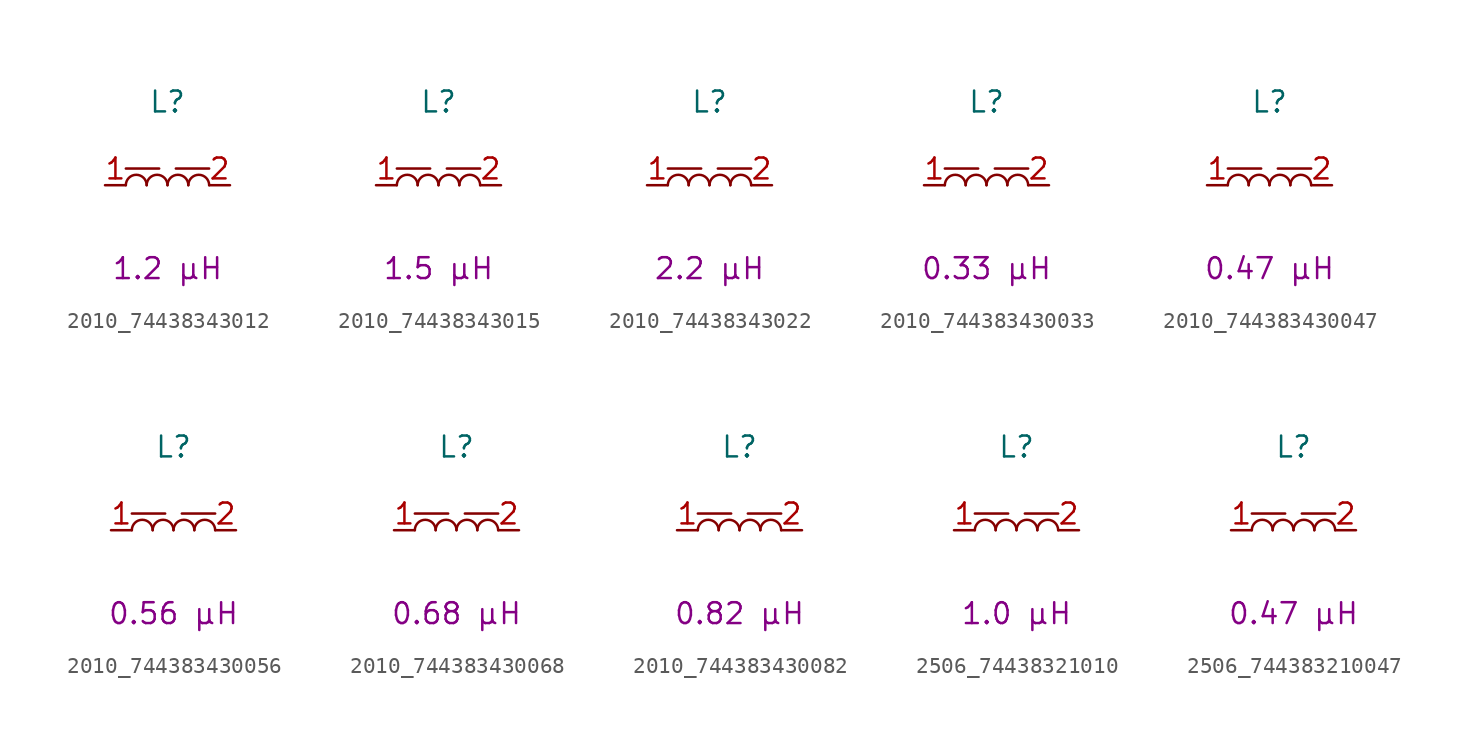
<source format=kicad_sym>
(kicad_symbol_lib
  (version 20241209)
  (generator "kicad_symbol_editor")
  (generator_version "9.0")
  (symbol "2010_74438343012"
    (pin_names
      (hide yes))
    (property "Reference" "L"
      (at 0 5.08 0)
      (effects (font (size 1.27 1.27))))
    (property "Critical Parameter" "1.2 µH"
      (at 0 -5.08 0)
      (effects (font (size 1.27 1.27))))
    (symbol "2010_74438343012_0_1"
      (polyline (pts (xy -2.54 1.016) (xy -0.508 1.016)) (stroke (width 0) (type default)) (fill (type none)))
      (arc (start -2.54 0) (mid -1.905 0.6323) (end -1.27 0) (stroke (width 0) (type default)) (fill (type none)))
      (arc (start -1.27 0) (mid -0.635 0.6323) (end 0 0) (stroke (width 0) (type default)) (fill (type none)))
      (arc (start 0 0) (mid 0.635 0.6323) (end 1.27 0) (stroke (width 0) (type default)) (fill (type none)))
      (arc (start 1.27 0) (mid 1.905 0.6323) (end 2.54 0) (stroke (width 0) (type default)) (fill (type none))))
    (symbol "2010_74438343012_1_1"
      (polyline (pts (xy 2.54 1.016) (xy 0.508 1.016)) (stroke (width 0) (type default)) (fill (type none)))
      (pin passive line (at -3.81 0 0) (length 1.27) (name "1" (effects (font (size 1.27 1.27)))) (number "1" (effects (font (size 1.27 1.27)))))
      (pin passive line (at 3.81 0 180) (length 1.27) (name "2" (effects (font (size 1.27 1.27)))) (number "2" (effects (font (size 1.27 1.27)))))))
  (symbol "2010_74438343015"
    (pin_names
      (hide yes))
    (property "Reference" "L"
      (at 0 5.08 0)
      (effects (font (size 1.27 1.27))))
    (property "Critical Parameter" "1.5 µH"
      (at 0 -5.08 0)
      (effects (font (size 1.27 1.27))))
    (symbol "2010_74438343015_0_1"
      (polyline (pts (xy -2.54 1.016) (xy -0.508 1.016)) (stroke (width 0) (type default)) (fill (type none)))
      (arc (start -2.54 0) (mid -1.905 0.6323) (end -1.27 0) (stroke (width 0) (type default)) (fill (type none)))
      (arc (start -1.27 0) (mid -0.635 0.6323) (end 0 0) (stroke (width 0) (type default)) (fill (type none)))
      (arc (start 0 0) (mid 0.635 0.6323) (end 1.27 0) (stroke (width 0) (type default)) (fill (type none)))
      (arc (start 1.27 0) (mid 1.905 0.6323) (end 2.54 0) (stroke (width 0) (type default)) (fill (type none))))
    (symbol "2010_74438343015_1_1"
      (polyline (pts (xy 2.54 1.016) (xy 0.508 1.016)) (stroke (width 0) (type default)) (fill (type none)))
      (pin passive line (at -3.81 0 0) (length 1.27) (name "1" (effects (font (size 1.27 1.27)))) (number "1" (effects (font (size 1.27 1.27)))))
      (pin passive line (at 3.81 0 180) (length 1.27) (name "2" (effects (font (size 1.27 1.27)))) (number "2" (effects (font (size 1.27 1.27)))))))
  (symbol "2010_74438343022"
    (pin_names
      (hide yes))
    (property "Reference" "L"
      (at 0 5.08 0)
      (effects (font (size 1.27 1.27))))
    (property "Critical Parameter" "2.2 µH"
      (at 0 -5.08 0)
      (effects (font (size 1.27 1.27))))
    (symbol "2010_74438343022_0_1"
      (polyline (pts (xy -2.54 1.016) (xy -0.508 1.016)) (stroke (width 0) (type default)) (fill (type none)))
      (arc (start -2.54 0) (mid -1.905 0.6323) (end -1.27 0) (stroke (width 0) (type default)) (fill (type none)))
      (arc (start -1.27 0) (mid -0.635 0.6323) (end 0 0) (stroke (width 0) (type default)) (fill (type none)))
      (arc (start 0 0) (mid 0.635 0.6323) (end 1.27 0) (stroke (width 0) (type default)) (fill (type none)))
      (arc (start 1.27 0) (mid 1.905 0.6323) (end 2.54 0) (stroke (width 0) (type default)) (fill (type none))))
    (symbol "2010_74438343022_1_1"
      (polyline (pts (xy 2.54 1.016) (xy 0.508 1.016)) (stroke (width 0) (type default)) (fill (type none)))
      (pin passive line (at -3.81 0 0) (length 1.27) (name "1" (effects (font (size 1.27 1.27)))) (number "1" (effects (font (size 1.27 1.27)))))
      (pin passive line (at 3.81 0 180) (length 1.27) (name "2" (effects (font (size 1.27 1.27)))) (number "2" (effects (font (size 1.27 1.27)))))))
  (symbol "2010_744383430033"
    (pin_names
      (hide yes))
    (property "Reference" "L"
      (at 0 5.08 0)
      (effects (font (size 1.27 1.27))))
    (property "Critical Parameter" "0.33 µH"
      (at 0 -5.08 0)
      (effects (font (size 1.27 1.27))))
    (symbol "2010_744383430033_0_1"
      (polyline (pts (xy -2.54 1.016) (xy -0.508 1.016)) (stroke (width 0) (type default)) (fill (type none)))
      (arc (start -2.54 0) (mid -1.905 0.6323) (end -1.27 0) (stroke (width 0) (type default)) (fill (type none)))
      (arc (start -1.27 0) (mid -0.635 0.6323) (end 0 0) (stroke (width 0) (type default)) (fill (type none)))
      (arc (start 0 0) (mid 0.635 0.6323) (end 1.27 0) (stroke (width 0) (type default)) (fill (type none)))
      (arc (start 1.27 0) (mid 1.905 0.6323) (end 2.54 0) (stroke (width 0) (type default)) (fill (type none))))
    (symbol "2010_744383430033_1_1"
      (polyline (pts (xy 2.54 1.016) (xy 0.508 1.016)) (stroke (width 0) (type default)) (fill (type none)))
      (pin passive line (at -3.81 0 0) (length 1.27) (name "1" (effects (font (size 1.27 1.27)))) (number "1" (effects (font (size 1.27 1.27)))))
      (pin passive line (at 3.81 0 180) (length 1.27) (name "2" (effects (font (size 1.27 1.27)))) (number "2" (effects (font (size 1.27 1.27)))))))
  (symbol "2010_744383430047"
    (pin_names
      (hide yes))
    (property "Reference" "L"
      (at 0 5.08 0)
      (effects (font (size 1.27 1.27))))
    (property "Critical Parameter" "0.47 µH"
      (at 0 -5.08 0)
      (effects (font (size 1.27 1.27))))
    (symbol "2010_744383430047_0_1"
      (polyline (pts (xy -2.54 1.016) (xy -0.508 1.016)) (stroke (width 0) (type default)) (fill (type none)))
      (arc (start -2.54 0) (mid -1.905 0.6323) (end -1.27 0) (stroke (width 0) (type default)) (fill (type none)))
      (arc (start -1.27 0) (mid -0.635 0.6323) (end 0 0) (stroke (width 0) (type default)) (fill (type none)))
      (arc (start 0 0) (mid 0.635 0.6323) (end 1.27 0) (stroke (width 0) (type default)) (fill (type none)))
      (arc (start 1.27 0) (mid 1.905 0.6323) (end 2.54 0) (stroke (width 0) (type default)) (fill (type none))))
    (symbol "2010_744383430047_1_1"
      (polyline (pts (xy 2.54 1.016) (xy 0.508 1.016)) (stroke (width 0) (type default)) (fill (type none)))
      (pin passive line (at -3.81 0 0) (length 1.27) (name "1" (effects (font (size 1.27 1.27)))) (number "1" (effects (font (size 1.27 1.27)))))
      (pin passive line (at 3.81 0 180) (length 1.27) (name "2" (effects (font (size 1.27 1.27)))) (number "2" (effects (font (size 1.27 1.27)))))))
  (symbol "2010_744383430056"
    (pin_names
      (hide yes))
    (property "Reference" "L"
      (at 0 5.08 0)
      (effects (font (size 1.27 1.27))))
    (property "Critical Parameter" "0.56 µH"
      (at 0 -5.08 0)
      (effects (font (size 1.27 1.27))))
    (symbol "2010_744383430056_0_1"
      (polyline (pts (xy -2.54 1.016) (xy -0.508 1.016)) (stroke (width 0) (type default)) (fill (type none)))
      (arc (start -2.54 0) (mid -1.905 0.6323) (end -1.27 0) (stroke (width 0) (type default)) (fill (type none)))
      (arc (start -1.27 0) (mid -0.635 0.6323) (end 0 0) (stroke (width 0) (type default)) (fill (type none)))
      (arc (start 0 0) (mid 0.635 0.6323) (end 1.27 0) (stroke (width 0) (type default)) (fill (type none)))
      (arc (start 1.27 0) (mid 1.905 0.6323) (end 2.54 0) (stroke (width 0) (type default)) (fill (type none))))
    (symbol "2010_744383430056_1_1"
      (polyline (pts (xy 2.54 1.016) (xy 0.508 1.016)) (stroke (width 0) (type default)) (fill (type none)))
      (pin passive line (at -3.81 0 0) (length 1.27) (name "1" (effects (font (size 1.27 1.27)))) (number "1" (effects (font (size 1.27 1.27)))))
      (pin passive line (at 3.81 0 180) (length 1.27) (name "2" (effects (font (size 1.27 1.27)))) (number "2" (effects (font (size 1.27 1.27)))))))
  (symbol "2010_744383430068"
    (pin_names
      (hide yes))
    (property "Reference" "L"
      (at 0 5.08 0)
      (effects (font (size 1.27 1.27))))
    (property "Critical Parameter" "0.68 µH"
      (at 0 -5.08 0)
      (effects (font (size 1.27 1.27))))
    (symbol "2010_744383430068_0_1"
      (polyline (pts (xy -2.54 1.016) (xy -0.508 1.016)) (stroke (width 0) (type default)) (fill (type none)))
      (arc (start -2.54 0) (mid -1.905 0.6323) (end -1.27 0) (stroke (width 0) (type default)) (fill (type none)))
      (arc (start -1.27 0) (mid -0.635 0.6323) (end 0 0) (stroke (width 0) (type default)) (fill (type none)))
      (arc (start 0 0) (mid 0.635 0.6323) (end 1.27 0) (stroke (width 0) (type default)) (fill (type none)))
      (arc (start 1.27 0) (mid 1.905 0.6323) (end 2.54 0) (stroke (width 0) (type default)) (fill (type none))))
    (symbol "2010_744383430068_1_1"
      (polyline (pts (xy 2.54 1.016) (xy 0.508 1.016)) (stroke (width 0) (type default)) (fill (type none)))
      (pin passive line (at -3.81 0 0) (length 1.27) (name "1" (effects (font (size 1.27 1.27)))) (number "1" (effects (font (size 1.27 1.27)))))
      (pin passive line (at 3.81 0 180) (length 1.27) (name "2" (effects (font (size 1.27 1.27)))) (number "2" (effects (font (size 1.27 1.27)))))))
  (symbol "2010_744383430082"
    (pin_names
      (hide yes))
    (property "Reference" "L"
      (at 0 5.08 0)
      (effects (font (size 1.27 1.27))))
    (property "Critical Parameter" "0.82 µH"
      (at 0 -5.08 0)
      (effects (font (size 1.27 1.27))))
    (symbol "2010_744383430082_0_1"
      (polyline (pts (xy -2.54 1.016) (xy -0.508 1.016)) (stroke (width 0) (type default)) (fill (type none)))
      (arc (start -2.54 0) (mid -1.905 0.6323) (end -1.27 0) (stroke (width 0) (type default)) (fill (type none)))
      (arc (start -1.27 0) (mid -0.635 0.6323) (end 0 0) (stroke (width 0) (type default)) (fill (type none)))
      (arc (start 0 0) (mid 0.635 0.6323) (end 1.27 0) (stroke (width 0) (type default)) (fill (type none)))
      (arc (start 1.27 0) (mid 1.905 0.6323) (end 2.54 0) (stroke (width 0) (type default)) (fill (type none))))
    (symbol "2010_744383430082_1_1"
      (polyline (pts (xy 2.54 1.016) (xy 0.508 1.016)) (stroke (width 0) (type default)) (fill (type none)))
      (pin passive line (at -3.81 0 0) (length 1.27) (name "1" (effects (font (size 1.27 1.27)))) (number "1" (effects (font (size 1.27 1.27)))))
      (pin passive line (at 3.81 0 180) (length 1.27) (name "2" (effects (font (size 1.27 1.27)))) (number "2" (effects (font (size 1.27 1.27)))))))
  (symbol "2506_74438321010"
    (pin_names
      (hide yes))
    (property "Reference" "L"
      (at 0 5.08 0)
      (effects (font (size 1.27 1.27))))
    (property "Critical Parameter" "1.0 µH"
      (at 0 -5.08 0)
      (effects (font (size 1.27 1.27))))
    (symbol "2506_74438321010_0_1"
      (polyline (pts (xy -2.54 1.016) (xy -0.508 1.016)) (stroke (width 0) (type default)) (fill (type none)))
      (arc (start -2.54 0) (mid -1.905 0.6323) (end -1.27 0) (stroke (width 0) (type default)) (fill (type none)))
      (arc (start -1.27 0) (mid -0.635 0.6323) (end 0 0) (stroke (width 0) (type default)) (fill (type none)))
      (arc (start 0 0) (mid 0.635 0.6323) (end 1.27 0) (stroke (width 0) (type default)) (fill (type none)))
      (arc (start 1.27 0) (mid 1.905 0.6323) (end 2.54 0) (stroke (width 0) (type default)) (fill (type none))))
    (symbol "2506_74438321010_1_1"
      (polyline (pts (xy 2.54 1.016) (xy 0.508 1.016)) (stroke (width 0) (type default)) (fill (type none)))
      (pin passive line (at -3.81 0 0) (length 1.27) (name "1" (effects (font (size 1.27 1.27)))) (number "1" (effects (font (size 1.27 1.27)))))
      (pin passive line (at 3.81 0 180) (length 1.27) (name "2" (effects (font (size 1.27 1.27)))) (number "2" (effects (font (size 1.27 1.27)))))))
  (symbol "2506_744383210047"
    (pin_names
      (hide yes))
    (property "Reference" "L"
      (at 0 5.08 0)
      (effects (font (size 1.27 1.27))))
    (property "Critical Parameter" "0.47 µH"
      (at 0 -5.08 0)
      (effects (font (size 1.27 1.27))))
    (symbol "2506_744383210047_0_1"
      (polyline (pts (xy -2.54 1.016) (xy -0.508 1.016)) (stroke (width 0) (type default)) (fill (type none)))
      (arc (start -2.54 0) (mid -1.905 0.6323) (end -1.27 0) (stroke (width 0) (type default)) (fill (type none)))
      (arc (start -1.27 0) (mid -0.635 0.6323) (end 0 0) (stroke (width 0) (type default)) (fill (type none)))
      (arc (start 0 0) (mid 0.635 0.6323) (end 1.27 0) (stroke (width 0) (type default)) (fill (type none)))
      (arc (start 1.27 0) (mid 1.905 0.6323) (end 2.54 0) (stroke (width 0) (type default)) (fill (type none))))
    (symbol "2506_744383210047_1_1"
      (polyline (pts (xy 2.54 1.016) (xy 0.508 1.016)) (stroke (width 0) (type default)) (fill (type none)))
      (pin passive line (at -3.81 0 0) (length 1.27) (name "1" (effects (font (size 1.27 1.27)))) (number "1" (effects (font (size 1.27 1.27)))))
      (pin passive line (at 3.81 0 180) (length 1.27) (name "2" (effects (font (size 1.27 1.27)))) (number "2" (effects (font (size 1.27 1.27))))))))
</source>
